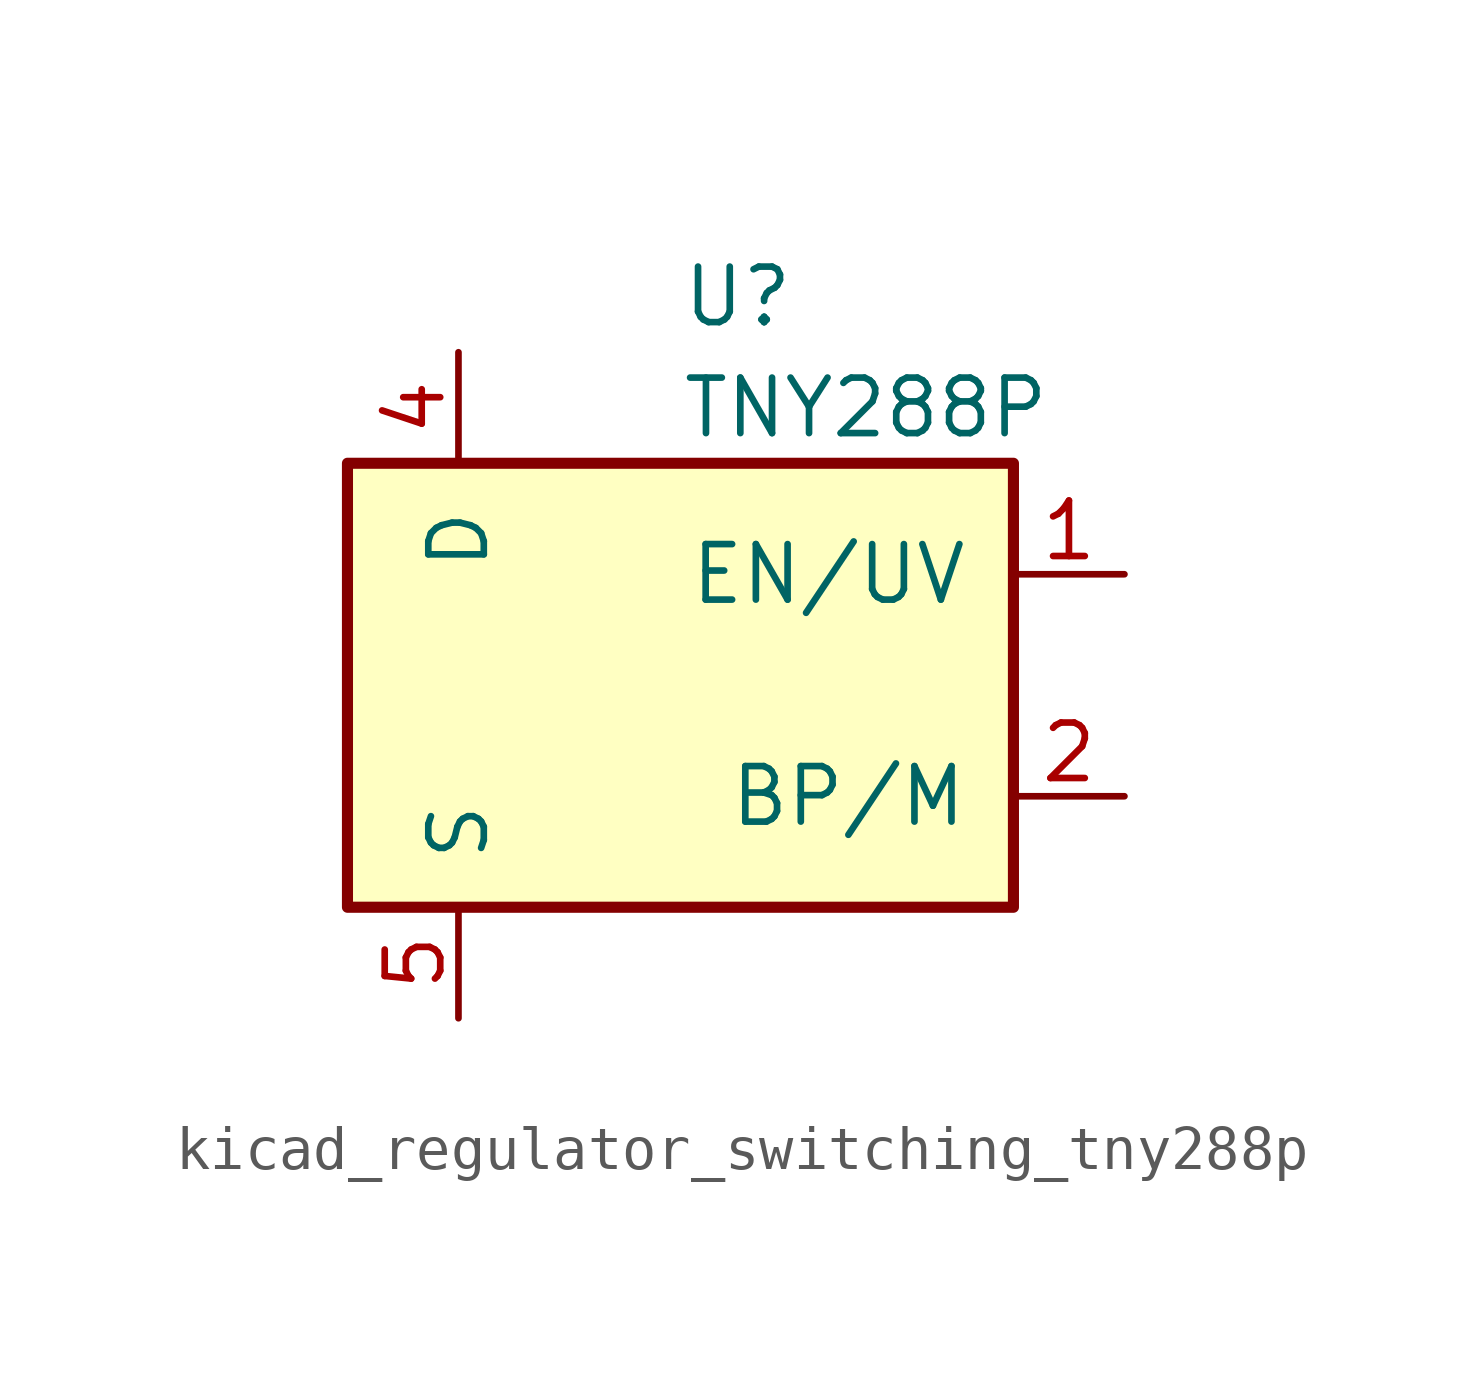
<source format=kicad_sym>
(kicad_symbol_lib
  (version 20220914)
  (generator kicad_symbol_editor)
  (symbol "kicad_regulator_switching_tny288p"
    (pin_names
      (offset 1.016))
    (property "Reference" "U"
      (at 0 8.89 0)
      (effects (font (size 1.27 1.27)) (justify left)))
    (property "Value" "TNY288P"
      (at 0 6.35 0)
      (effects (font (size 1.27 1.27)) (justify left)))
    (symbol "kicad_regulator_switching_tny288p_0_1"
      (rectangle (start -7.62 5.08) (end 7.62 -5.08) (stroke (width 0.254) (type default)) (fill (type background))))
    (symbol "kicad_regulator_switching_tny288p_1_1"
      (pin input line (at 10.16 2.54 180) (length 2.54) (name "EN/UV" (effects (font (size 1.27 1.27)))) (number "1" (effects (font (size 1.27 1.27)))))
      (pin input line (at 10.16 -2.54 180) (length 2.54) (name "BP/M" (effects (font (size 1.27 1.27)))) (number "2" (effects (font (size 1.27 1.27)))))
      (pin open_collector line (at -5.08 7.62 270) (length 2.54) (name "D" (effects (font (size 1.27 1.27)))) (number "4" (effects (font (size 1.27 1.27)))))
      (pin power_in line (at -5.08 -7.62 90) (length 2.54) (name "S" (effects (font (size 1.27 1.27)))) (number "5" (effects (font (size 1.27 1.27)))))
      (pin passive line (at -5.08 -7.62 90) (length 2.54) hide (name "S" (effects (font (size 1.27 1.27)))) (number "6" (effects (font (size 1.27 1.27)))))
      (pin passive line (at -5.08 -7.62 90) (length 2.54) hide (name "S" (effects (font (size 1.27 1.27)))) (number "7" (effects (font (size 1.27 1.27)))))
      (pin passive line (at -5.08 -7.62 90) (length 2.54) hide (name "S" (effects (font (size 1.27 1.27)))) (number "8" (effects (font (size 1.27 1.27))))))))
</source>
